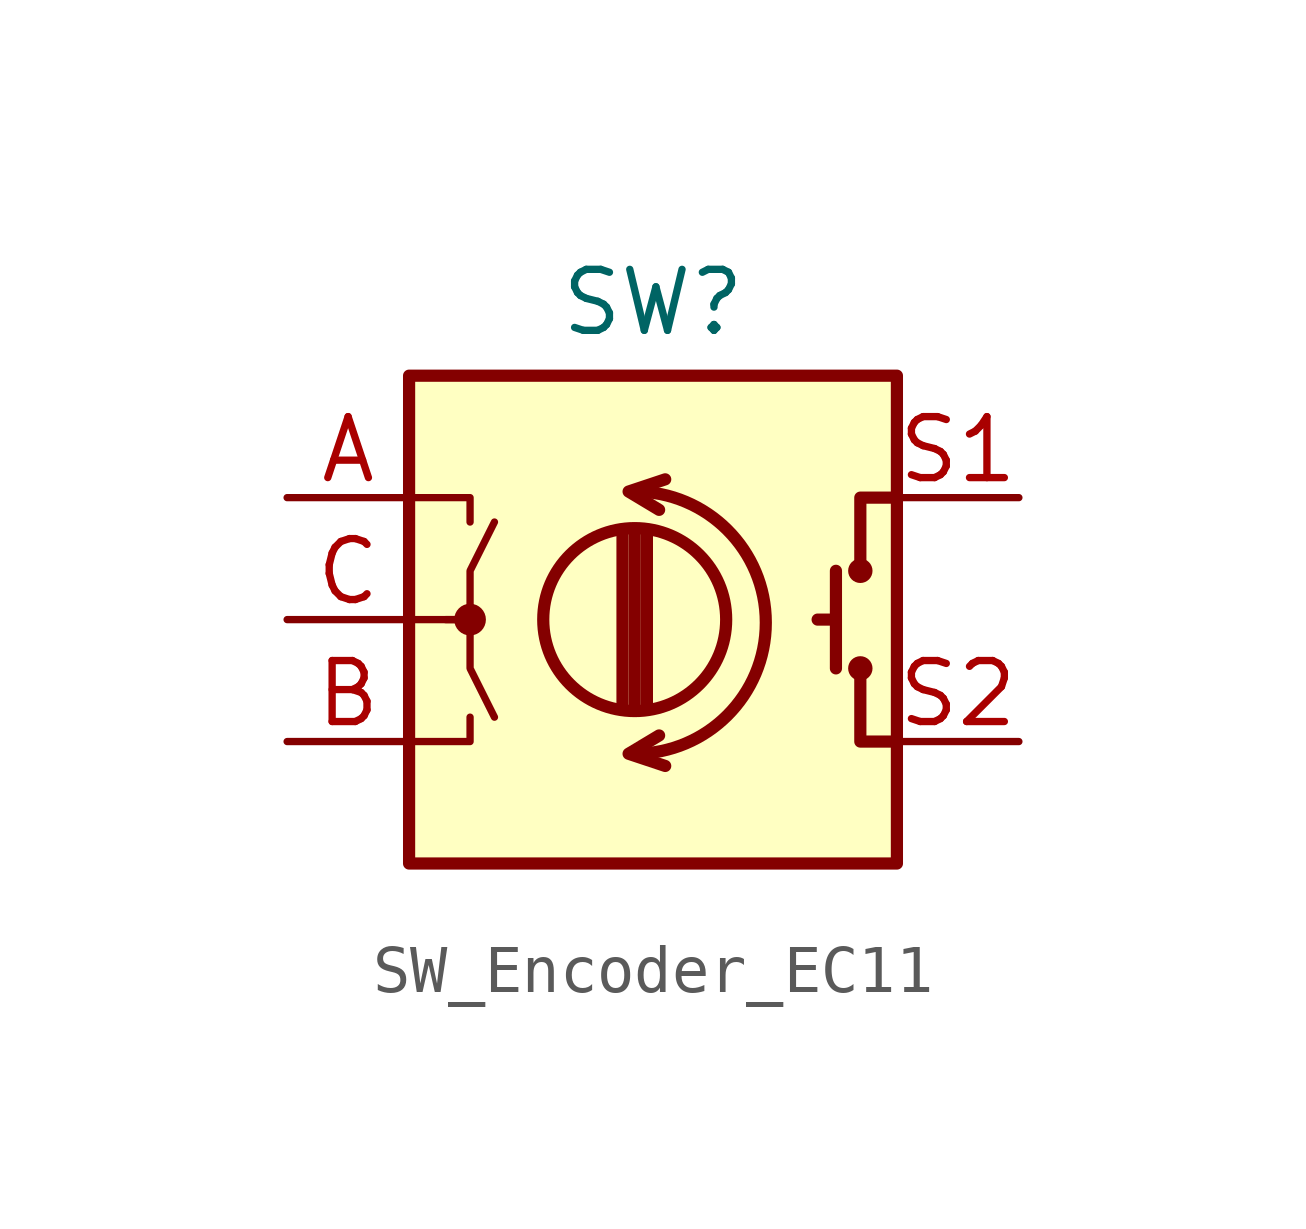
<source format=kicad_sym>
(kicad_symbol_lib
  (version 20241209)
  (generator "kicad_symbol_editor")
  (generator_version "9.0")
  (symbol "SW_Encoder_EC11"
    (pin_names
      (offset 0.254)
      (hide yes))
    (property "Reference" "SW"
      (at 0 6.604 0)
      (effects (font (size 1.27 1.27))))
    (symbol "SW_Encoder_EC11_0_1"
      (rectangle (start -5.08 5.08) (end 5.08 -5.08) (stroke (width 0.254) (type solid)) (fill (type background)))
      (polyline (pts (xy -5.08 2.54) (xy -3.81 2.54) (xy -3.81 2.032)) (stroke (width 0) (type solid)) (fill (type none)))
      (polyline (pts (xy -5.08 0) (xy -3.81 0) (xy -3.81 -1.016) (xy -3.302 -2.032)) (stroke (width 0) (type solid)) (fill (type none)))
      (polyline (pts (xy -5.08 -2.54) (xy -3.81 -2.54) (xy -3.81 -2.032)) (stroke (width 0) (type solid)) (fill (type none)))
      (polyline (pts (xy -4.318 0) (xy -3.81 0) (xy -3.81 1.016) (xy -3.302 2.032)) (stroke (width 0) (type solid)) (fill (type none)))
      (circle (center -3.81 0) (radius 0.254) (stroke (width 0) (type solid)) (fill (type outline)))
      (polyline (pts (xy -0.635 -1.778) (xy -0.635 1.778)) (stroke (width 0.254) (type solid)) (fill (type none)))
      (arc (start -0.381 2.667) (mid 2.3368 -0.0508) (end -0.381 -2.794) (stroke (width 0.254) (type solid)) (fill (type none)))
      (circle (center -0.381 0) (radius 1.905) (stroke (width 0.254) (type solid)) (fill (type none)))
      (polyline (pts (xy -0.381 -1.778) (xy -0.381 1.778)) (stroke (width 0.254) (type solid)) (fill (type none)))
      (polyline (pts (xy -0.127 1.778) (xy -0.127 -1.778)) (stroke (width 0.254) (type solid)) (fill (type none)))
      (polyline (pts (xy 0.254 2.921) (xy -0.508 2.667) (xy 0.127 2.286)) (stroke (width 0.254) (type solid)) (fill (type none)))
      (polyline (pts (xy 0.254 -3.048) (xy -0.508 -2.794) (xy 0.127 -2.413)) (stroke (width 0.254) (type solid)) (fill (type none)))
      (polyline (pts (xy 3.81 1.016) (xy 3.81 -1.016)) (stroke (width 0.254) (type solid)) (fill (type none)))
      (polyline (pts (xy 3.81 0) (xy 3.429 0)) (stroke (width 0.254) (type solid)) (fill (type none)))
      (circle (center 4.318 1.016) (radius 0.127) (stroke (width 0.254) (type solid)) (fill (type none)))
      (circle (center 4.318 -1.016) (radius 0.127) (stroke (width 0.254) (type solid)) (fill (type none)))
      (polyline (pts (xy 5.08 2.54) (xy 4.318 2.54) (xy 4.318 1.016)) (stroke (width 0.254) (type solid)) (fill (type none)))
      (polyline (pts (xy 5.08 -2.54) (xy 4.318 -2.54) (xy 4.318 -1.016)) (stroke (width 0.254) (type solid)) (fill (type none))))
    (symbol "SW_Encoder_EC11_1_1"
      (pin passive line (at -7.62 2.54 0) (length 2.54) (name "A" (effects (font (size 1.27 1.27)))) (number "A" (effects (font (size 1.27 1.27)))))
      (pin passive line (at -7.62 0 0) (length 2.54) (name "C" (effects (font (size 1.27 1.27)))) (number "C" (effects (font (size 1.27 1.27)))))
      (pin passive line (at -7.62 -2.54 0) (length 2.54) (name "B" (effects (font (size 1.27 1.27)))) (number "B" (effects (font (size 1.27 1.27)))))
      (pin passive line (at 7.62 2.54 180) (length 2.54) (name "S1" (effects (font (size 1.27 1.27)))) (number "S1" (effects (font (size 1.27 1.27)))))
      (pin passive line (at 7.62 -2.54 180) (length 2.54) (name "S2" (effects (font (size 1.27 1.27)))) (number "S2" (effects (font (size 1.27 1.27))))))))
</source>
